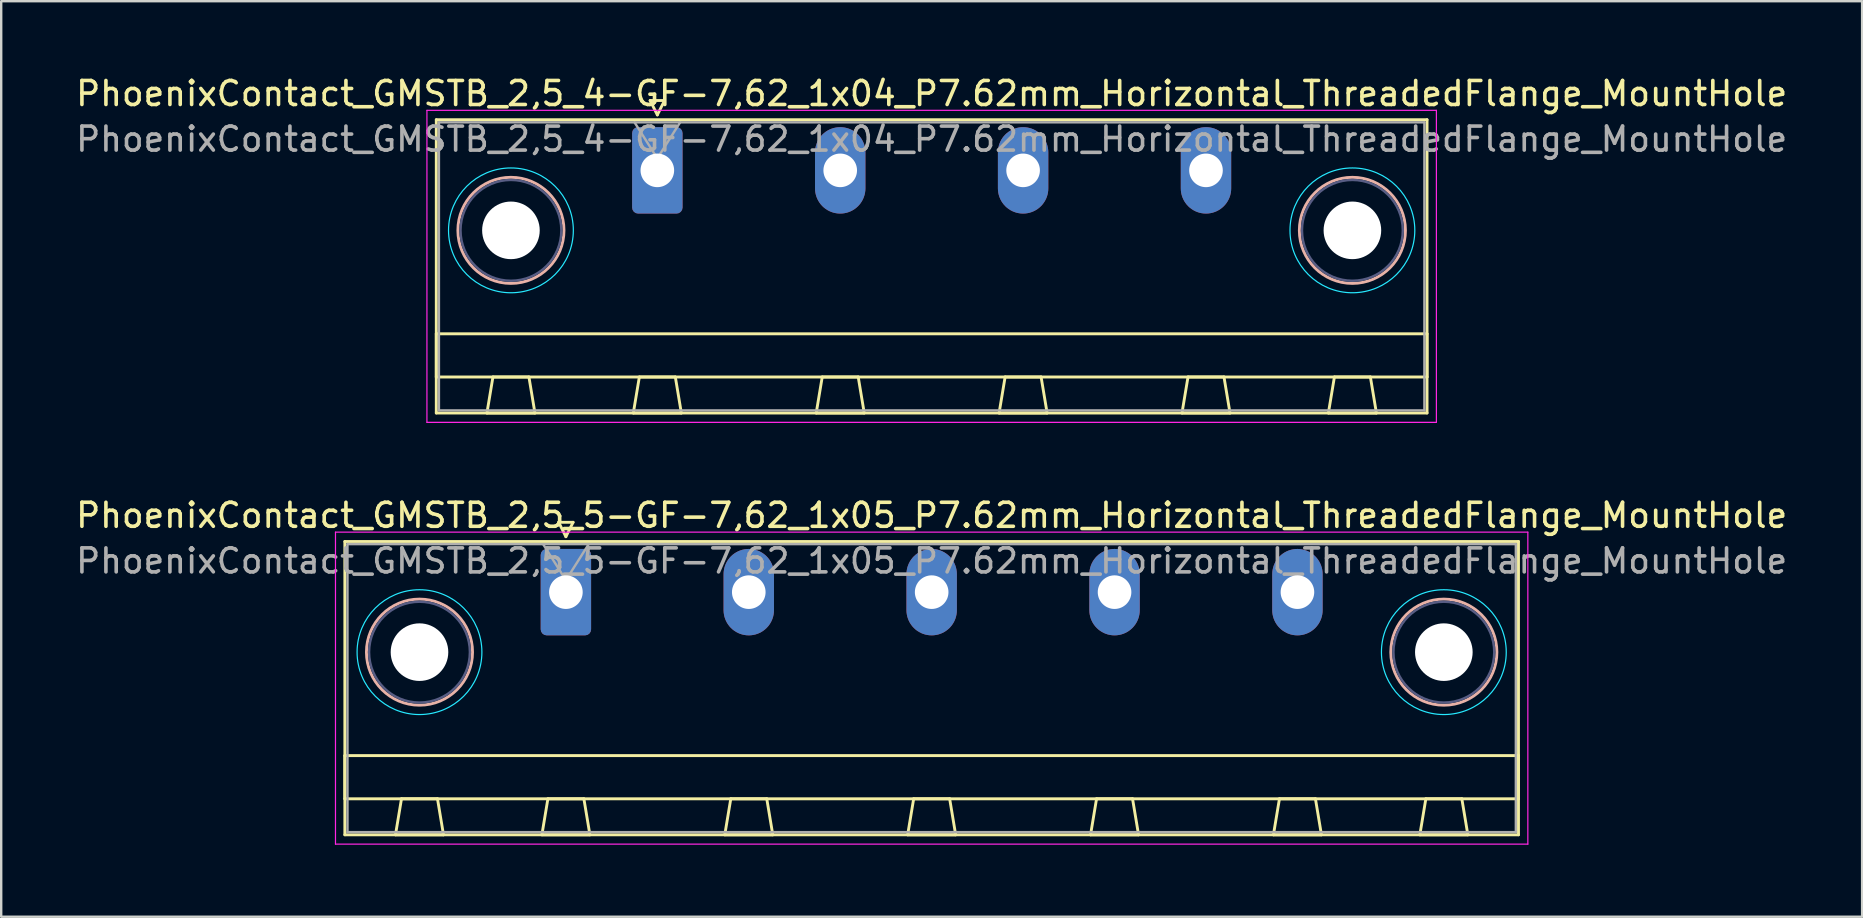
<source format=kicad_pcb>
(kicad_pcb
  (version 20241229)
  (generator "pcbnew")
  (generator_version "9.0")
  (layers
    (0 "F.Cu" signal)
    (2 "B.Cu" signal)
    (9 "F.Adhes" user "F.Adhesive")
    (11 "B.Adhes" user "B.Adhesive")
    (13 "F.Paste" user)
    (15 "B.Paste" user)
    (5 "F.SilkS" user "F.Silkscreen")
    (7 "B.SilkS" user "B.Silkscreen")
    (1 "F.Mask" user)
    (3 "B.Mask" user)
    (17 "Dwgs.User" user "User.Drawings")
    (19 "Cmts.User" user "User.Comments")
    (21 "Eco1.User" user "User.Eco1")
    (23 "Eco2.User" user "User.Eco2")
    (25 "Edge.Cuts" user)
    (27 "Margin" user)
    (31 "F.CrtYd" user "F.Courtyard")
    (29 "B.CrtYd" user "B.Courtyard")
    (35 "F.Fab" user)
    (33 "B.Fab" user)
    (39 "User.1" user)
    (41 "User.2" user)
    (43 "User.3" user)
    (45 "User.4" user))
  (footprint "PhoenixContact_GMSTB_2,5_5-GF-7,62_1x05_P7.62mm_Horizontal_ThreadedFlange_MountHole"
    (layer "F.Cu")
    (at 20.528 21.622)
    (property "Reference" "PhoenixContact_GMSTB_2,5_5-GF-7,62_1x05_P7.62mm_Horizontal_ThreadedFlange_MountHole" (at 15.24 -3.2 0) (layer "F.SilkS") (effects (font (size 1 1) (thickness 0.15))))
    (attr through_hole)
    (fp_line (start -9.21 -2.11) (end -9.21 10.11) (stroke (width 0.12) (type solid)) (layer "F.SilkS"))
    (fp_line (start -9.21 6.81) (end 39.69 6.81) (stroke (width 0.12) (type solid)) (layer "F.SilkS"))
    (fp_line (start -9.21 8.61) (end -9.21 6.81) (stroke (width 0.12) (type solid)) (layer "F.SilkS"))
    (fp_line (start -9.21 10.11) (end 39.69 10.11) (stroke (width 0.12) (type solid)) (layer "F.SilkS"))
    (fp_line (start -7.1 10.11) (end -5.1 10.11) (stroke (width 0.12) (type solid)) (layer "F.SilkS"))
    (fp_line (start -6.85 8.61) (end -7.1 10.11) (stroke (width 0.12) (type solid)) (layer "F.SilkS"))
    (fp_line (start -5.35 8.61) (end -6.85 8.61) (stroke (width 0.12) (type solid)) (layer "F.SilkS"))
    (fp_line (start -5.1 10.11) (end -5.35 8.61) (stroke (width 0.12) (type solid)) (layer "F.SilkS"))
    (fp_line (start -1 10.11) (end 1 10.11) (stroke (width 0.12) (type solid)) (layer "F.SilkS"))
    (fp_line (start -0.75 8.61) (end -1 10.11) (stroke (width 0.12) (type solid)) (layer "F.SilkS"))
    (fp_line (start -0.3 -2.91) (end 0.3 -2.91) (stroke (width 0.12) (type solid)) (layer "F.SilkS"))
    (fp_line (start 0 -2.31) (end -0.3 -2.91) (stroke (width 0.12) (type solid)) (layer "F.SilkS"))
    (fp_line (start 0.3 -2.91) (end 0 -2.31) (stroke (width 0.12) (type solid)) (layer "F.SilkS"))
    (fp_line (start 0.75 8.61) (end -0.75 8.61) (stroke (width 0.12) (type solid)) (layer "F.SilkS"))
    (fp_line (start 1 10.11) (end 0.75 8.61) (stroke (width 0.12) (type solid)) (layer "F.SilkS"))
    (fp_line (start 6.62 10.11) (end 8.62 10.11) (stroke (width 0.12) (type solid)) (layer "F.SilkS"))
    (fp_line (start 6.87 8.61) (end 6.62 10.11) (stroke (width 0.12) (type solid)) (layer "F.SilkS"))
    (fp_line (start 8.37 8.61) (end 6.87 8.61) (stroke (width 0.12) (type solid)) (layer "F.SilkS"))
    (fp_line (start 8.62 10.11) (end 8.37 8.61) (stroke (width 0.12) (type solid)) (layer "F.SilkS"))
    (fp_line (start 14.24 10.11) (end 16.24 10.11) (stroke (width 0.12) (type solid)) (layer "F.SilkS"))
    (fp_line (start 14.49 8.61) (end 14.24 10.11) (stroke (width 0.12) (type solid)) (layer "F.SilkS"))
    (fp_line (start 15.99 8.61) (end 14.49 8.61) (stroke (width 0.12) (type solid)) (layer "F.SilkS"))
    (fp_line (start 16.24 10.11) (end 15.99 8.61) (stroke (width 0.12) (type solid)) (layer "F.SilkS"))
    (fp_line (start 21.86 10.11) (end 23.86 10.11) (stroke (width 0.12) (type solid)) (layer "F.SilkS"))
    (fp_line (start 22.11 8.61) (end 21.86 10.11) (stroke (width 0.12) (type solid)) (layer "F.SilkS"))
    (fp_line (start 23.61 8.61) (end 22.11 8.61) (stroke (width 0.12) (type solid)) (layer "F.SilkS"))
    (fp_line (start 23.86 10.11) (end 23.61 8.61) (stroke (width 0.12) (type solid)) (layer "F.SilkS"))
    (fp_line (start 29.48 10.11) (end 31.48 10.11) (stroke (width 0.12) (type solid)) (layer "F.SilkS"))
    (fp_line (start 29.73 8.61) (end 29.48 10.11) (stroke (width 0.12) (type solid)) (layer "F.SilkS"))
    (fp_line (start 31.23 8.61) (end 29.73 8.61) (stroke (width 0.12) (type solid)) (layer "F.SilkS"))
    (fp_line (start 31.48 10.11) (end 31.23 8.61) (stroke (width 0.12) (type solid)) (layer "F.SilkS"))
    (fp_line (start 35.58 10.11) (end 37.58 10.11) (stroke (width 0.12) (type solid)) (layer "F.SilkS"))
    (fp_line (start 35.83 8.61) (end 35.58 10.11) (stroke (width 0.12) (type solid)) (layer "F.SilkS"))
    (fp_line (start 37.33 8.61) (end 35.83 8.61) (stroke (width 0.12) (type solid)) (layer "F.SilkS"))
    (fp_line (start 37.58 10.11) (end 37.33 8.61) (stroke (width 0.12) (type solid)) (layer "F.SilkS"))
    (fp_line (start 39.69 -2.11) (end -9.21 -2.11) (stroke (width 0.12) (type solid)) (layer "F.SilkS"))
    (fp_line (start 39.69 6.81) (end 39.69 8.61) (stroke (width 0.12) (type solid)) (layer "F.SilkS"))
    (fp_line (start 39.69 8.61) (end -9.21 8.61) (stroke (width 0.12) (type solid)) (layer "F.SilkS"))
    (fp_line (start 39.69 10.11) (end 39.69 -2.11) (stroke (width 0.12) (type solid)) (layer "F.SilkS"))
    (fp_circle (center -6.1 2.5) (end -3.89 2.5) (stroke (width 0.12) (type solid)) (fill no) (layer "B.SilkS"))
    (fp_circle (center 36.58 2.5) (end 38.79 2.5) (stroke (width 0.12) (type solid)) (fill no) (layer "B.SilkS"))
    (fp_circle (center -6.1 2.5) (end -3.5 2.5) (stroke (width 0.05) (type solid)) (fill no) (layer "B.CrtYd"))
    (fp_circle (center 36.58 2.5) (end 39.18 2.5) (stroke (width 0.05) (type solid)) (fill no) (layer "B.CrtYd"))
    (fp_line (start -9.6 -2.5) (end -9.6 10.5) (stroke (width 0.05) (type solid)) (layer "F.CrtYd"))
    (fp_line (start -9.6 10.5) (end 40.08 10.5) (stroke (width 0.05) (type solid)) (layer "F.CrtYd"))
    (fp_line (start 40.08 -2.5) (end -9.6 -2.5) (stroke (width 0.05) (type solid)) (layer "F.CrtYd"))
    (fp_line (start 40.08 10.5) (end 40.08 -2.5) (stroke (width 0.05) (type solid)) (layer "F.CrtYd"))
    (fp_circle (center -6.1 2.5) (end -4 2.5) (stroke (width 0.1) (type solid)) (fill no) (layer "B.Fab"))
    (fp_circle (center 36.58 2.5) (end 38.68 2.5) (stroke (width 0.1) (type solid)) (fill no) (layer "B.Fab"))
    (fp_line (start -9.1 -2) (end -9.1 10) (stroke (width 0.1) (type solid)) (layer "F.Fab"))
    (fp_line (start -9.1 10) (end 39.58 10) (stroke (width 0.1) (type solid)) (layer "F.Fab"))
    (fp_line (start 0 -0.5) (end -0.95 -2) (stroke (width 0.1) (type solid)) (layer "F.Fab"))
    (fp_line (start 0.95 -2) (end 0 -0.5) (stroke (width 0.1) (type solid)) (layer "F.Fab"))
    (fp_line (start 39.58 -2) (end -9.1 -2) (stroke (width 0.1) (type solid)) (layer "F.Fab"))
    (fp_line (start 39.58 10) (end 39.58 -2) (stroke (width 0.1) (type solid)) (layer "F.Fab"))
    (fp_text user "${REFERENCE}" (at 15.24 -1.3 0) (layer "F.Fab") (effects (font (size 1 1) (thickness 0.15))))
    (pad "" np_thru_hole circle (at -6.1 2.5) (size 2.4 2.4) (drill 2.4) (layers "*.Cu" "*.Mask"))
    (pad "" np_thru_hole circle (at 36.58 2.5) (size 2.4 2.4) (drill 2.4) (layers "*.Cu" "*.Mask"))
    (pad "1" thru_hole roundrect (at 0 0) (size 2.1 3.6) (drill 1.4) (layers "*.Cu" "*.Mask") (roundrect_rratio 0.119))
    (pad "2" thru_hole oval (at 7.62 0) (size 2.1 3.6) (drill 1.4) (layers "*.Cu" "*.Mask"))
    (pad "3" thru_hole oval (at 15.24 0) (size 2.1 3.6) (drill 1.4) (layers "*.Cu" "*.Mask"))
    (pad "4" thru_hole oval (at 22.86 0) (size 2.1 3.6) (drill 1.4) (layers "*.Cu" "*.Mask"))
    (pad "5" thru_hole oval (at 30.48 0) (size 2.1 3.6) (drill 1.4) (layers "*.Cu" "*.Mask")))
  (footprint "PhoenixContact_GMSTB_2,5_4-GF-7,62_1x04_P7.62mm_Horizontal_ThreadedFlange_MountHole"
    (layer "F.Cu")
    (at 24.338 4.048)
    (property "Reference" "PhoenixContact_GMSTB_2,5_4-GF-7,62_1x04_P7.62mm_Horizontal_ThreadedFlange_MountHole" (at 11.43 -3.2 0) (layer "F.SilkS") (effects (font (size 1 1) (thickness 0.15))))
    (attr through_hole)
    (fp_line (start -9.21 -2.11) (end -9.21 10.11) (stroke (width 0.12) (type solid)) (layer "F.SilkS"))
    (fp_line (start -9.21 6.81) (end 32.07 6.81) (stroke (width 0.12) (type solid)) (layer "F.SilkS"))
    (fp_line (start -9.21 8.61) (end -9.21 6.81) (stroke (width 0.12) (type solid)) (layer "F.SilkS"))
    (fp_line (start -9.21 10.11) (end 32.07 10.11) (stroke (width 0.12) (type solid)) (layer "F.SilkS"))
    (fp_line (start -7.1 10.11) (end -5.1 10.11) (stroke (width 0.12) (type solid)) (layer "F.SilkS"))
    (fp_line (start -6.85 8.61) (end -7.1 10.11) (stroke (width 0.12) (type solid)) (layer "F.SilkS"))
    (fp_line (start -5.35 8.61) (end -6.85 8.61) (stroke (width 0.12) (type solid)) (layer "F.SilkS"))
    (fp_line (start -5.1 10.11) (end -5.35 8.61) (stroke (width 0.12) (type solid)) (layer "F.SilkS"))
    (fp_line (start -1 10.11) (end 1 10.11) (stroke (width 0.12) (type solid)) (layer "F.SilkS"))
    (fp_line (start -0.75 8.61) (end -1 10.11) (stroke (width 0.12) (type solid)) (layer "F.SilkS"))
    (fp_line (start -0.3 -2.91) (end 0.3 -2.91) (stroke (width 0.12) (type solid)) (layer "F.SilkS"))
    (fp_line (start 0 -2.31) (end -0.3 -2.91) (stroke (width 0.12) (type solid)) (layer "F.SilkS"))
    (fp_line (start 0.3 -2.91) (end 0 -2.31) (stroke (width 0.12) (type solid)) (layer "F.SilkS"))
    (fp_line (start 0.75 8.61) (end -0.75 8.61) (stroke (width 0.12) (type solid)) (layer "F.SilkS"))
    (fp_line (start 1 10.11) (end 0.75 8.61) (stroke (width 0.12) (type solid)) (layer "F.SilkS"))
    (fp_line (start 6.62 10.11) (end 8.62 10.11) (stroke (width 0.12) (type solid)) (layer "F.SilkS"))
    (fp_line (start 6.87 8.61) (end 6.62 10.11) (stroke (width 0.12) (type solid)) (layer "F.SilkS"))
    (fp_line (start 8.37 8.61) (end 6.87 8.61) (stroke (width 0.12) (type solid)) (layer "F.SilkS"))
    (fp_line (start 8.62 10.11) (end 8.37 8.61) (stroke (width 0.12) (type solid)) (layer "F.SilkS"))
    (fp_line (start 14.24 10.11) (end 16.24 10.11) (stroke (width 0.12) (type solid)) (layer "F.SilkS"))
    (fp_line (start 14.49 8.61) (end 14.24 10.11) (stroke (width 0.12) (type solid)) (layer "F.SilkS"))
    (fp_line (start 15.99 8.61) (end 14.49 8.61) (stroke (width 0.12) (type solid)) (layer "F.SilkS"))
    (fp_line (start 16.24 10.11) (end 15.99 8.61) (stroke (width 0.12) (type solid)) (layer "F.SilkS"))
    (fp_line (start 21.86 10.11) (end 23.86 10.11) (stroke (width 0.12) (type solid)) (layer "F.SilkS"))
    (fp_line (start 22.11 8.61) (end 21.86 10.11) (stroke (width 0.12) (type solid)) (layer "F.SilkS"))
    (fp_line (start 23.61 8.61) (end 22.11 8.61) (stroke (width 0.12) (type solid)) (layer "F.SilkS"))
    (fp_line (start 23.86 10.11) (end 23.61 8.61) (stroke (width 0.12) (type solid)) (layer "F.SilkS"))
    (fp_line (start 27.96 10.11) (end 29.96 10.11) (stroke (width 0.12) (type solid)) (layer "F.SilkS"))
    (fp_line (start 28.21 8.61) (end 27.96 10.11) (stroke (width 0.12) (type solid)) (layer "F.SilkS"))
    (fp_line (start 29.71 8.61) (end 28.21 8.61) (stroke (width 0.12) (type solid)) (layer "F.SilkS"))
    (fp_line (start 29.96 10.11) (end 29.71 8.61) (stroke (width 0.12) (type solid)) (layer "F.SilkS"))
    (fp_line (start 32.07 -2.11) (end -9.21 -2.11) (stroke (width 0.12) (type solid)) (layer "F.SilkS"))
    (fp_line (start 32.07 6.81) (end 32.07 8.61) (stroke (width 0.12) (type solid)) (layer "F.SilkS"))
    (fp_line (start 32.07 8.61) (end -9.21 8.61) (stroke (width 0.12) (type solid)) (layer "F.SilkS"))
    (fp_line (start 32.07 10.11) (end 32.07 -2.11) (stroke (width 0.12) (type solid)) (layer "F.SilkS"))
    (fp_circle (center -6.1 2.5) (end -3.89 2.5) (stroke (width 0.12) (type solid)) (fill no) (layer "B.SilkS"))
    (fp_circle (center 28.96 2.5) (end 31.17 2.5) (stroke (width 0.12) (type solid)) (fill no) (layer "B.SilkS"))
    (fp_circle (center -6.1 2.5) (end -3.5 2.5) (stroke (width 0.05) (type solid)) (fill no) (layer "B.CrtYd"))
    (fp_circle (center 28.96 2.5) (end 31.56 2.5) (stroke (width 0.05) (type solid)) (fill no) (layer "B.CrtYd"))
    (fp_line (start -9.6 -2.5) (end -9.6 10.5) (stroke (width 0.05) (type solid)) (layer "F.CrtYd"))
    (fp_line (start -9.6 10.5) (end 32.46 10.5) (stroke (width 0.05) (type solid)) (layer "F.CrtYd"))
    (fp_line (start 32.46 -2.5) (end -9.6 -2.5) (stroke (width 0.05) (type solid)) (layer "F.CrtYd"))
    (fp_line (start 32.46 10.5) (end 32.46 -2.5) (stroke (width 0.05) (type solid)) (layer "F.CrtYd"))
    (fp_circle (center -6.1 2.5) (end -4 2.5) (stroke (width 0.1) (type solid)) (fill no) (layer "B.Fab"))
    (fp_circle (center 28.96 2.5) (end 31.06 2.5) (stroke (width 0.1) (type solid)) (fill no) (layer "B.Fab"))
    (fp_line (start -9.1 -2) (end -9.1 10) (stroke (width 0.1) (type solid)) (layer "F.Fab"))
    (fp_line (start -9.1 10) (end 31.96 10) (stroke (width 0.1) (type solid)) (layer "F.Fab"))
    (fp_line (start 0 -0.5) (end -0.95 -2) (stroke (width 0.1) (type solid)) (layer "F.Fab"))
    (fp_line (start 0.95 -2) (end 0 -0.5) (stroke (width 0.1) (type solid)) (layer "F.Fab"))
    (fp_line (start 31.96 -2) (end -9.1 -2) (stroke (width 0.1) (type solid)) (layer "F.Fab"))
    (fp_line (start 31.96 10) (end 31.96 -2) (stroke (width 0.1) (type solid)) (layer "F.Fab"))
    (fp_text user "${REFERENCE}" (at 11.43 -1.3 0) (layer "F.Fab") (effects (font (size 1 1) (thickness 0.15))))
    (pad "" np_thru_hole circle (at -6.1 2.5) (size 2.4 2.4) (drill 2.4) (layers "*.Cu" "*.Mask"))
    (pad "" np_thru_hole circle (at 28.96 2.5) (size 2.4 2.4) (drill 2.4) (layers "*.Cu" "*.Mask"))
    (pad "1" thru_hole roundrect (at 0 0) (size 2.1 3.6) (drill 1.4) (layers "*.Cu" "*.Mask") (roundrect_rratio 0.119))
    (pad "2" thru_hole oval (at 7.62 0) (size 2.1 3.6) (drill 1.4) (layers "*.Cu" "*.Mask"))
    (pad "3" thru_hole oval (at 15.24 0) (size 2.1 3.6) (drill 1.4) (layers "*.Cu" "*.Mask"))
    (pad "4" thru_hole oval (at 22.86 0) (size 2.1 3.6) (drill 1.4) (layers "*.Cu" "*.Mask")))
  (gr_rect
    (start -3 -3)
    (end 74.536 35.147)
    (stroke (width 0.1) (type default))
    (fill no)
    (layer "Edge.Cuts")))
</source>
